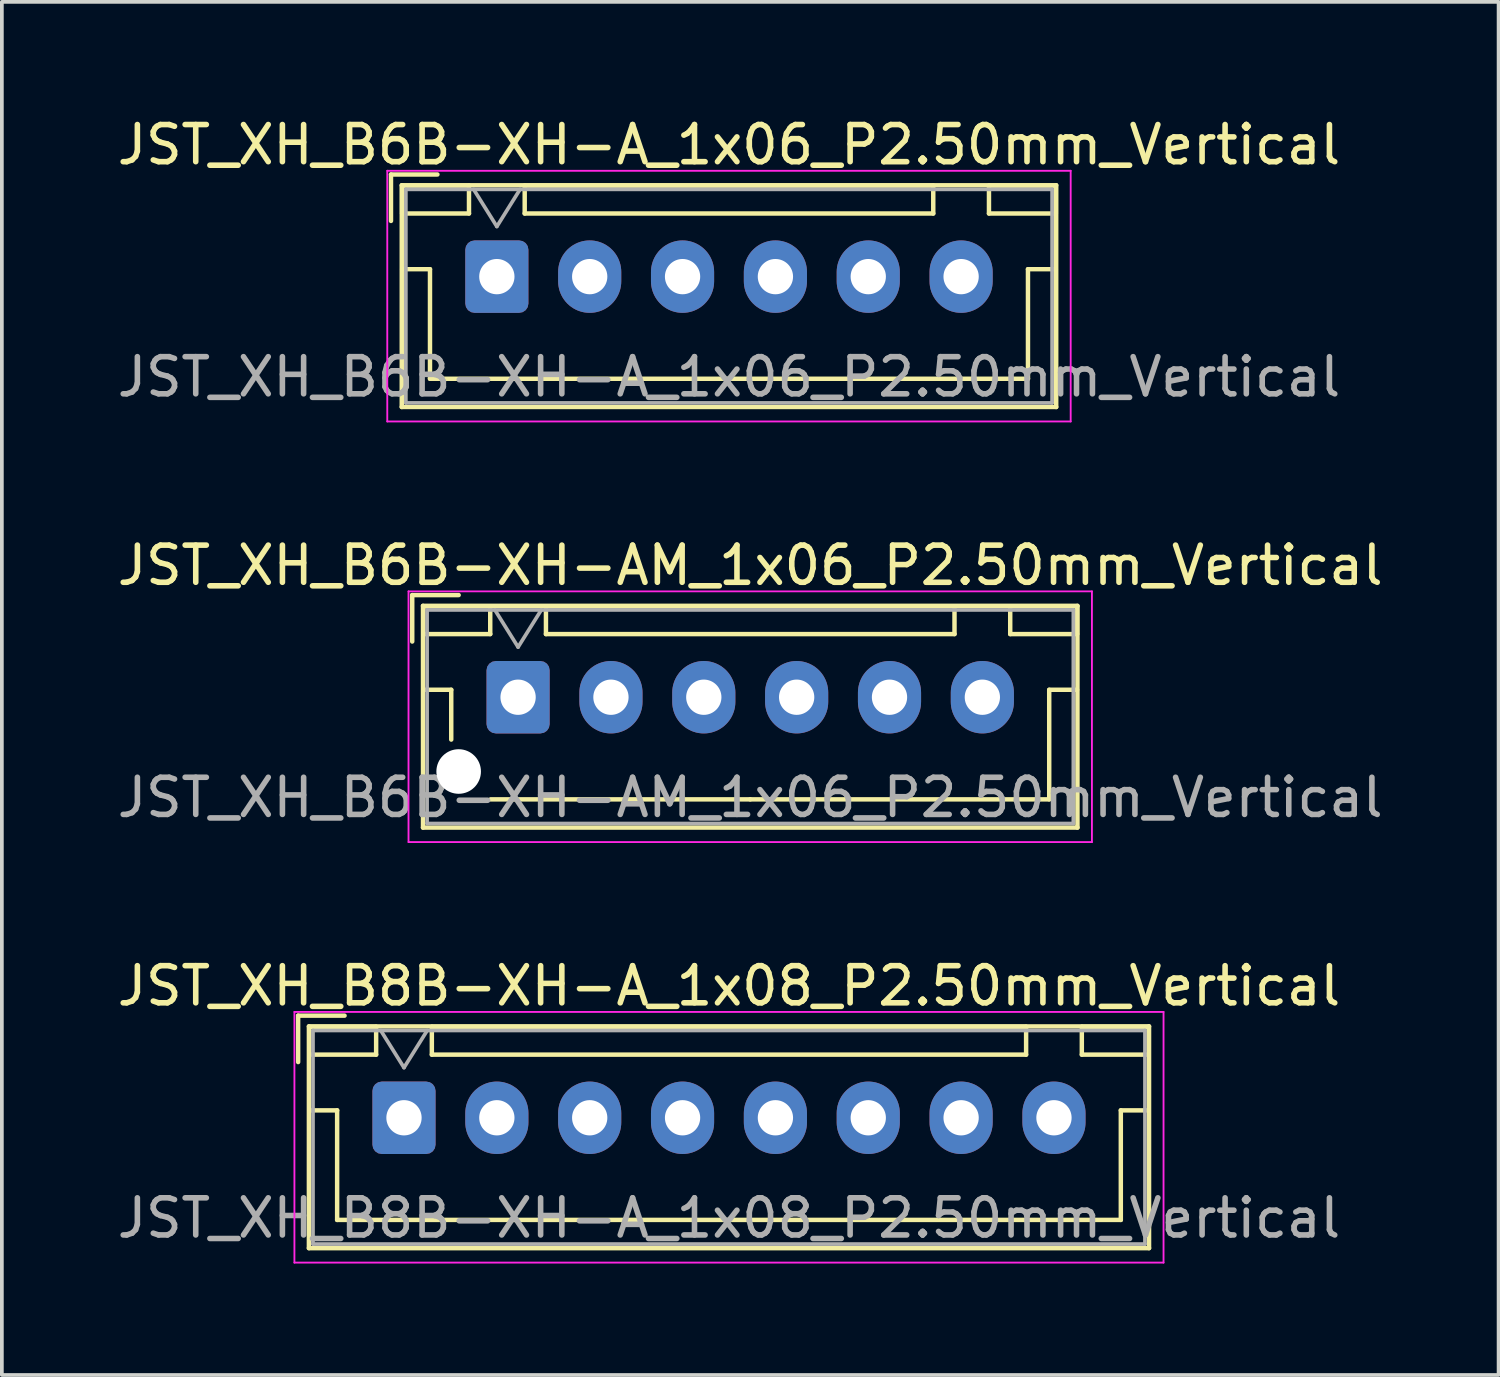
<source format=kicad_pcb>
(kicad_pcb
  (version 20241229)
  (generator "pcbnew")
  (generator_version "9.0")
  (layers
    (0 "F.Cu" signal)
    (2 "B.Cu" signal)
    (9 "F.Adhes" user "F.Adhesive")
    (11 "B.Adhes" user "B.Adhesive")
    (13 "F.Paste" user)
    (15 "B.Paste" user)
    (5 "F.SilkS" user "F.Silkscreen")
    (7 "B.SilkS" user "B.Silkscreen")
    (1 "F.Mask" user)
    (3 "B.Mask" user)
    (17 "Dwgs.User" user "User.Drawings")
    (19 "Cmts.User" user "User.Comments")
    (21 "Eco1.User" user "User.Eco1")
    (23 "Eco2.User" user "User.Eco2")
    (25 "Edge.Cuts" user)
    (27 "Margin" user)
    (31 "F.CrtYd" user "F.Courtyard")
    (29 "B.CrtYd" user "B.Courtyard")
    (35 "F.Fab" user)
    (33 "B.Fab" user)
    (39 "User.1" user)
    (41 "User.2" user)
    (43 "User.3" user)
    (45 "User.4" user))
  (footprint "JST_XH_B6B-XH-AM_1x06_P2.50mm_Vertical"
    (layer "F.Cu")
    (at 10.899 15.722)
    (property "Reference" "JST_XH_B6B-XH-AM_1x06_P2.50mm_Vertical" (at 6.25 -3.55 0) (layer "F.SilkS") (effects (font (size 1 1) (thickness 0.15))))
    (attr through_hole)
    (fp_line (start -2.85 -2.75) (end -2.85 -1.5) (stroke (width 0.12) (type solid)) (layer "F.SilkS"))
    (fp_line (start -2.56 -2.46) (end -2.56 3.51) (stroke (width 0.12) (type solid)) (layer "F.SilkS"))
    (fp_line (start -2.56 3.51) (end 15.06 3.51) (stroke (width 0.12) (type solid)) (layer "F.SilkS"))
    (fp_line (start -2.55 -2.45) (end -2.55 -1.7) (stroke (width 0.12) (type solid)) (layer "F.SilkS"))
    (fp_line (start -2.55 -1.7) (end -0.75 -1.7) (stroke (width 0.12) (type solid)) (layer "F.SilkS"))
    (fp_line (start -2.55 -0.2) (end -1.8 -0.2) (stroke (width 0.12) (type solid)) (layer "F.SilkS"))
    (fp_line (start -1.8 -0.2) (end -1.8 1.14) (stroke (width 0.12) (type solid)) (layer "F.SilkS"))
    (fp_line (start -1.6 -2.75) (end -2.85 -2.75) (stroke (width 0.12) (type solid)) (layer "F.SilkS"))
    (fp_line (start -0.75 -2.45) (end -2.55 -2.45) (stroke (width 0.12) (type solid)) (layer "F.SilkS"))
    (fp_line (start -0.75 -1.7) (end -0.75 -2.45) (stroke (width 0.12) (type solid)) (layer "F.SilkS"))
    (fp_line (start 0.75 -2.45) (end 0.75 -1.7) (stroke (width 0.12) (type solid)) (layer "F.SilkS"))
    (fp_line (start 0.75 -1.7) (end 11.75 -1.7) (stroke (width 0.12) (type solid)) (layer "F.SilkS"))
    (fp_line (start 6.25 2.75) (end -0.74 2.75) (stroke (width 0.12) (type solid)) (layer "F.SilkS"))
    (fp_line (start 11.75 -2.45) (end 0.75 -2.45) (stroke (width 0.12) (type solid)) (layer "F.SilkS"))
    (fp_line (start 11.75 -1.7) (end 11.75 -2.45) (stroke (width 0.12) (type solid)) (layer "F.SilkS"))
    (fp_line (start 13.25 -2.45) (end 13.25 -1.7) (stroke (width 0.12) (type solid)) (layer "F.SilkS"))
    (fp_line (start 13.25 -1.7) (end 15.05 -1.7) (stroke (width 0.12) (type solid)) (layer "F.SilkS"))
    (fp_line (start 14.3 -0.2) (end 14.3 2.75) (stroke (width 0.12) (type solid)) (layer "F.SilkS"))
    (fp_line (start 14.3 2.75) (end 6.25 2.75) (stroke (width 0.12) (type solid)) (layer "F.SilkS"))
    (fp_line (start 15.05 -2.45) (end 13.25 -2.45) (stroke (width 0.12) (type solid)) (layer "F.SilkS"))
    (fp_line (start 15.05 -1.7) (end 15.05 -2.45) (stroke (width 0.12) (type solid)) (layer "F.SilkS"))
    (fp_line (start 15.05 -0.2) (end 14.3 -0.2) (stroke (width 0.12) (type solid)) (layer "F.SilkS"))
    (fp_line (start 15.06 -2.46) (end -2.56 -2.46) (stroke (width 0.12) (type solid)) (layer "F.SilkS"))
    (fp_line (start 15.06 3.51) (end 15.06 -2.46) (stroke (width 0.12) (type solid)) (layer "F.SilkS"))
    (fp_line (start -2.95 -2.85) (end -2.95 3.9) (stroke (width 0.05) (type solid)) (layer "F.CrtYd"))
    (fp_line (start -2.95 3.9) (end 15.45 3.9) (stroke (width 0.05) (type solid)) (layer "F.CrtYd"))
    (fp_line (start 15.45 -2.85) (end -2.95 -2.85) (stroke (width 0.05) (type solid)) (layer "F.CrtYd"))
    (fp_line (start 15.45 3.9) (end 15.45 -2.85) (stroke (width 0.05) (type solid)) (layer "F.CrtYd"))
    (fp_line (start -2.45 -2.35) (end -2.45 3.4) (stroke (width 0.1) (type solid)) (layer "F.Fab"))
    (fp_line (start -2.45 3.4) (end 14.95 3.4) (stroke (width 0.1) (type solid)) (layer "F.Fab"))
    (fp_line (start -0.625 -2.35) (end 0 -1.35) (stroke (width 0.1) (type solid)) (layer "F.Fab"))
    (fp_line (start 0 -1.35) (end 0.625 -2.35) (stroke (width 0.1) (type solid)) (layer "F.Fab"))
    (fp_line (start 14.95 -2.35) (end -2.45 -2.35) (stroke (width 0.1) (type solid)) (layer "F.Fab"))
    (fp_line (start 14.95 3.4) (end 14.95 -2.35) (stroke (width 0.1) (type solid)) (layer "F.Fab"))
    (fp_text user "${REFERENCE}" (at 6.25 2.7 0) (layer "F.Fab") (effects (font (size 1 1) (thickness 0.15))))
    (pad "" np_thru_hole circle (at -1.6 2) (size 1.2 1.2) (drill 1.2) (layers "*.Cu" "*.Mask"))
    (pad "1" thru_hole roundrect (at 0 0) (size 1.7 1.95) (drill 0.95) (layers "*.Cu" "*.Mask") (roundrect_rratio 0.147))
    (pad "2" thru_hole oval (at 2.5 0) (size 1.7 1.95) (drill 0.95) (layers "*.Cu" "*.Mask"))
    (pad "3" thru_hole oval (at 5 0) (size 1.7 1.95) (drill 0.95) (layers "*.Cu" "*.Mask"))
    (pad "4" thru_hole oval (at 7.5 0) (size 1.7 1.95) (drill 0.95) (layers "*.Cu" "*.Mask"))
    (pad "5" thru_hole oval (at 10 0) (size 1.7 1.95) (drill 0.95) (layers "*.Cu" "*.Mask"))
    (pad "6" thru_hole oval (at 12.5 0) (size 1.7 1.95) (drill 0.95) (layers "*.Cu" "*.Mask")))
  (footprint "JST_XH_B6B-XH-A_1x06_P2.50mm_Vertical"
    (layer "F.Cu")
    (at 10.327 4.398)
    (property "Reference" "JST_XH_B6B-XH-A_1x06_P2.50mm_Vertical" (at 6.25 -3.55 0) (layer "F.SilkS") (effects (font (size 1 1) (thickness 0.15))))
    (attr through_hole)
    (fp_line (start -2.85 -2.75) (end -2.85 -1.5) (stroke (width 0.12) (type solid)) (layer "F.SilkS"))
    (fp_line (start -2.56 -2.46) (end -2.56 3.51) (stroke (width 0.12) (type solid)) (layer "F.SilkS"))
    (fp_line (start -2.56 3.51) (end 15.06 3.51) (stroke (width 0.12) (type solid)) (layer "F.SilkS"))
    (fp_line (start -2.55 -2.45) (end -2.55 -1.7) (stroke (width 0.12) (type solid)) (layer "F.SilkS"))
    (fp_line (start -2.55 -1.7) (end -0.75 -1.7) (stroke (width 0.12) (type solid)) (layer "F.SilkS"))
    (fp_line (start -2.55 -0.2) (end -1.8 -0.2) (stroke (width 0.12) (type solid)) (layer "F.SilkS"))
    (fp_line (start -1.8 -0.2) (end -1.8 2.75) (stroke (width 0.12) (type solid)) (layer "F.SilkS"))
    (fp_line (start -1.8 2.75) (end 6.25 2.75) (stroke (width 0.12) (type solid)) (layer "F.SilkS"))
    (fp_line (start -1.6 -2.75) (end -2.85 -2.75) (stroke (width 0.12) (type solid)) (layer "F.SilkS"))
    (fp_line (start -0.75 -2.45) (end -2.55 -2.45) (stroke (width 0.12) (type solid)) (layer "F.SilkS"))
    (fp_line (start -0.75 -1.7) (end -0.75 -2.45) (stroke (width 0.12) (type solid)) (layer "F.SilkS"))
    (fp_line (start 0.75 -2.45) (end 0.75 -1.7) (stroke (width 0.12) (type solid)) (layer "F.SilkS"))
    (fp_line (start 0.75 -1.7) (end 11.75 -1.7) (stroke (width 0.12) (type solid)) (layer "F.SilkS"))
    (fp_line (start 11.75 -2.45) (end 0.75 -2.45) (stroke (width 0.12) (type solid)) (layer "F.SilkS"))
    (fp_line (start 11.75 -1.7) (end 11.75 -2.45) (stroke (width 0.12) (type solid)) (layer "F.SilkS"))
    (fp_line (start 13.25 -2.45) (end 13.25 -1.7) (stroke (width 0.12) (type solid)) (layer "F.SilkS"))
    (fp_line (start 13.25 -1.7) (end 15.05 -1.7) (stroke (width 0.12) (type solid)) (layer "F.SilkS"))
    (fp_line (start 14.3 -0.2) (end 14.3 2.75) (stroke (width 0.12) (type solid)) (layer "F.SilkS"))
    (fp_line (start 14.3 2.75) (end 6.25 2.75) (stroke (width 0.12) (type solid)) (layer "F.SilkS"))
    (fp_line (start 15.05 -2.45) (end 13.25 -2.45) (stroke (width 0.12) (type solid)) (layer "F.SilkS"))
    (fp_line (start 15.05 -1.7) (end 15.05 -2.45) (stroke (width 0.12) (type solid)) (layer "F.SilkS"))
    (fp_line (start 15.05 -0.2) (end 14.3 -0.2) (stroke (width 0.12) (type solid)) (layer "F.SilkS"))
    (fp_line (start 15.06 -2.46) (end -2.56 -2.46) (stroke (width 0.12) (type solid)) (layer "F.SilkS"))
    (fp_line (start 15.06 3.51) (end 15.06 -2.46) (stroke (width 0.12) (type solid)) (layer "F.SilkS"))
    (fp_line (start -2.95 -2.85) (end -2.95 3.9) (stroke (width 0.05) (type solid)) (layer "F.CrtYd"))
    (fp_line (start -2.95 3.9) (end 15.45 3.9) (stroke (width 0.05) (type solid)) (layer "F.CrtYd"))
    (fp_line (start 15.45 -2.85) (end -2.95 -2.85) (stroke (width 0.05) (type solid)) (layer "F.CrtYd"))
    (fp_line (start 15.45 3.9) (end 15.45 -2.85) (stroke (width 0.05) (type solid)) (layer "F.CrtYd"))
    (fp_line (start -2.45 -2.35) (end -2.45 3.4) (stroke (width 0.1) (type solid)) (layer "F.Fab"))
    (fp_line (start -2.45 3.4) (end 14.95 3.4) (stroke (width 0.1) (type solid)) (layer "F.Fab"))
    (fp_line (start -0.625 -2.35) (end 0 -1.35) (stroke (width 0.1) (type solid)) (layer "F.Fab"))
    (fp_line (start 0 -1.35) (end 0.625 -2.35) (stroke (width 0.1) (type solid)) (layer "F.Fab"))
    (fp_line (start 14.95 -2.35) (end -2.45 -2.35) (stroke (width 0.1) (type solid)) (layer "F.Fab"))
    (fp_line (start 14.95 3.4) (end 14.95 -2.35) (stroke (width 0.1) (type solid)) (layer "F.Fab"))
    (fp_text user "${REFERENCE}" (at 6.25 2.7 0) (layer "F.Fab") (effects (font (size 1 1) (thickness 0.15))))
    (pad "1" thru_hole roundrect (at 0 0) (size 1.7 1.95) (drill 0.95) (layers "*.Cu" "*.Mask") (roundrect_rratio 0.147))
    (pad "2" thru_hole oval (at 2.5 0) (size 1.7 1.95) (drill 0.95) (layers "*.Cu" "*.Mask"))
    (pad "3" thru_hole oval (at 5 0) (size 1.7 1.95) (drill 0.95) (layers "*.Cu" "*.Mask"))
    (pad "4" thru_hole oval (at 7.5 0) (size 1.7 1.95) (drill 0.95) (layers "*.Cu" "*.Mask"))
    (pad "5" thru_hole oval (at 10 0) (size 1.7 1.95) (drill 0.95) (layers "*.Cu" "*.Mask"))
    (pad "6" thru_hole oval (at 12.5 0) (size 1.7 1.95) (drill 0.95) (layers "*.Cu" "*.Mask")))
  (footprint "JST_XH_B8B-XH-A_1x08_P2.50mm_Vertical"
    (layer "F.Cu")
    (at 7.827 27.045)
    (property "Reference" "JST_XH_B8B-XH-A_1x08_P2.50mm_Vertical" (at 8.75 -3.55 0) (layer "F.SilkS") (effects (font (size 1 1) (thickness 0.15))))
    (attr through_hole)
    (fp_line (start -2.85 -2.75) (end -2.85 -1.5) (stroke (width 0.12) (type solid)) (layer "F.SilkS"))
    (fp_line (start -2.56 -2.46) (end -2.56 3.51) (stroke (width 0.12) (type solid)) (layer "F.SilkS"))
    (fp_line (start -2.56 3.51) (end 20.06 3.51) (stroke (width 0.12) (type solid)) (layer "F.SilkS"))
    (fp_line (start -2.55 -2.45) (end -2.55 -1.7) (stroke (width 0.12) (type solid)) (layer "F.SilkS"))
    (fp_line (start -2.55 -1.7) (end -0.75 -1.7) (stroke (width 0.12) (type solid)) (layer "F.SilkS"))
    (fp_line (start -2.55 -0.2) (end -1.8 -0.2) (stroke (width 0.12) (type solid)) (layer "F.SilkS"))
    (fp_line (start -1.8 -0.2) (end -1.8 2.75) (stroke (width 0.12) (type solid)) (layer "F.SilkS"))
    (fp_line (start -1.8 2.75) (end 8.75 2.75) (stroke (width 0.12) (type solid)) (layer "F.SilkS"))
    (fp_line (start -1.6 -2.75) (end -2.85 -2.75) (stroke (width 0.12) (type solid)) (layer "F.SilkS"))
    (fp_line (start -0.75 -2.45) (end -2.55 -2.45) (stroke (width 0.12) (type solid)) (layer "F.SilkS"))
    (fp_line (start -0.75 -1.7) (end -0.75 -2.45) (stroke (width 0.12) (type solid)) (layer "F.SilkS"))
    (fp_line (start 0.75 -2.45) (end 0.75 -1.7) (stroke (width 0.12) (type solid)) (layer "F.SilkS"))
    (fp_line (start 0.75 -1.7) (end 16.75 -1.7) (stroke (width 0.12) (type solid)) (layer "F.SilkS"))
    (fp_line (start 16.75 -2.45) (end 0.75 -2.45) (stroke (width 0.12) (type solid)) (layer "F.SilkS"))
    (fp_line (start 16.75 -1.7) (end 16.75 -2.45) (stroke (width 0.12) (type solid)) (layer "F.SilkS"))
    (fp_line (start 18.25 -2.45) (end 18.25 -1.7) (stroke (width 0.12) (type solid)) (layer "F.SilkS"))
    (fp_line (start 18.25 -1.7) (end 20.05 -1.7) (stroke (width 0.12) (type solid)) (layer "F.SilkS"))
    (fp_line (start 19.3 -0.2) (end 19.3 2.75) (stroke (width 0.12) (type solid)) (layer "F.SilkS"))
    (fp_line (start 19.3 2.75) (end 8.75 2.75) (stroke (width 0.12) (type solid)) (layer "F.SilkS"))
    (fp_line (start 20.05 -2.45) (end 18.25 -2.45) (stroke (width 0.12) (type solid)) (layer "F.SilkS"))
    (fp_line (start 20.05 -1.7) (end 20.05 -2.45) (stroke (width 0.12) (type solid)) (layer "F.SilkS"))
    (fp_line (start 20.05 -0.2) (end 19.3 -0.2) (stroke (width 0.12) (type solid)) (layer "F.SilkS"))
    (fp_line (start 20.06 -2.46) (end -2.56 -2.46) (stroke (width 0.12) (type solid)) (layer "F.SilkS"))
    (fp_line (start 20.06 3.51) (end 20.06 -2.46) (stroke (width 0.12) (type solid)) (layer "F.SilkS"))
    (fp_line (start -2.95 -2.85) (end -2.95 3.9) (stroke (width 0.05) (type solid)) (layer "F.CrtYd"))
    (fp_line (start -2.95 3.9) (end 20.45 3.9) (stroke (width 0.05) (type solid)) (layer "F.CrtYd"))
    (fp_line (start 20.45 -2.85) (end -2.95 -2.85) (stroke (width 0.05) (type solid)) (layer "F.CrtYd"))
    (fp_line (start 20.45 3.9) (end 20.45 -2.85) (stroke (width 0.05) (type solid)) (layer "F.CrtYd"))
    (fp_line (start -2.45 -2.35) (end -2.45 3.4) (stroke (width 0.1) (type solid)) (layer "F.Fab"))
    (fp_line (start -2.45 3.4) (end 19.95 3.4) (stroke (width 0.1) (type solid)) (layer "F.Fab"))
    (fp_line (start -0.625 -2.35) (end 0 -1.35) (stroke (width 0.1) (type solid)) (layer "F.Fab"))
    (fp_line (start 0 -1.35) (end 0.625 -2.35) (stroke (width 0.1) (type solid)) (layer "F.Fab"))
    (fp_line (start 19.95 -2.35) (end -2.45 -2.35) (stroke (width 0.1) (type solid)) (layer "F.Fab"))
    (fp_line (start 19.95 3.4) (end 19.95 -2.35) (stroke (width 0.1) (type solid)) (layer "F.Fab"))
    (fp_text user "${REFERENCE}" (at 8.75 2.7 0) (layer "F.Fab") (effects (font (size 1 1) (thickness 0.15))))
    (pad "1" thru_hole roundrect (at 0 0) (size 1.7 1.95) (drill 0.95) (layers "*.Cu" "*.Mask") (roundrect_rratio 0.147))
    (pad "2" thru_hole oval (at 2.5 0) (size 1.7 1.95) (drill 0.95) (layers "*.Cu" "*.Mask"))
    (pad "3" thru_hole oval (at 5 0) (size 1.7 1.95) (drill 0.95) (layers "*.Cu" "*.Mask"))
    (pad "4" thru_hole oval (at 7.5 0) (size 1.7 1.95) (drill 0.95) (layers "*.Cu" "*.Mask"))
    (pad "5" thru_hole oval (at 10 0) (size 1.7 1.95) (drill 0.95) (layers "*.Cu" "*.Mask"))
    (pad "6" thru_hole oval (at 12.5 0) (size 1.7 1.95) (drill 0.95) (layers "*.Cu" "*.Mask"))
    (pad "7" thru_hole oval (at 15 0) (size 1.7 1.95) (drill 0.95) (layers "*.Cu" "*.Mask"))
    (pad "8" thru_hole oval (at 17.5 0) (size 1.7 1.95) (drill 0.95) (layers "*.Cu" "*.Mask")))
  (gr_rect
    (start -3 -3)
    (end 37.298 33.97)
    (stroke (width 0.1) (type default))
    (fill no)
    (layer "Edge.Cuts")))
</source>
